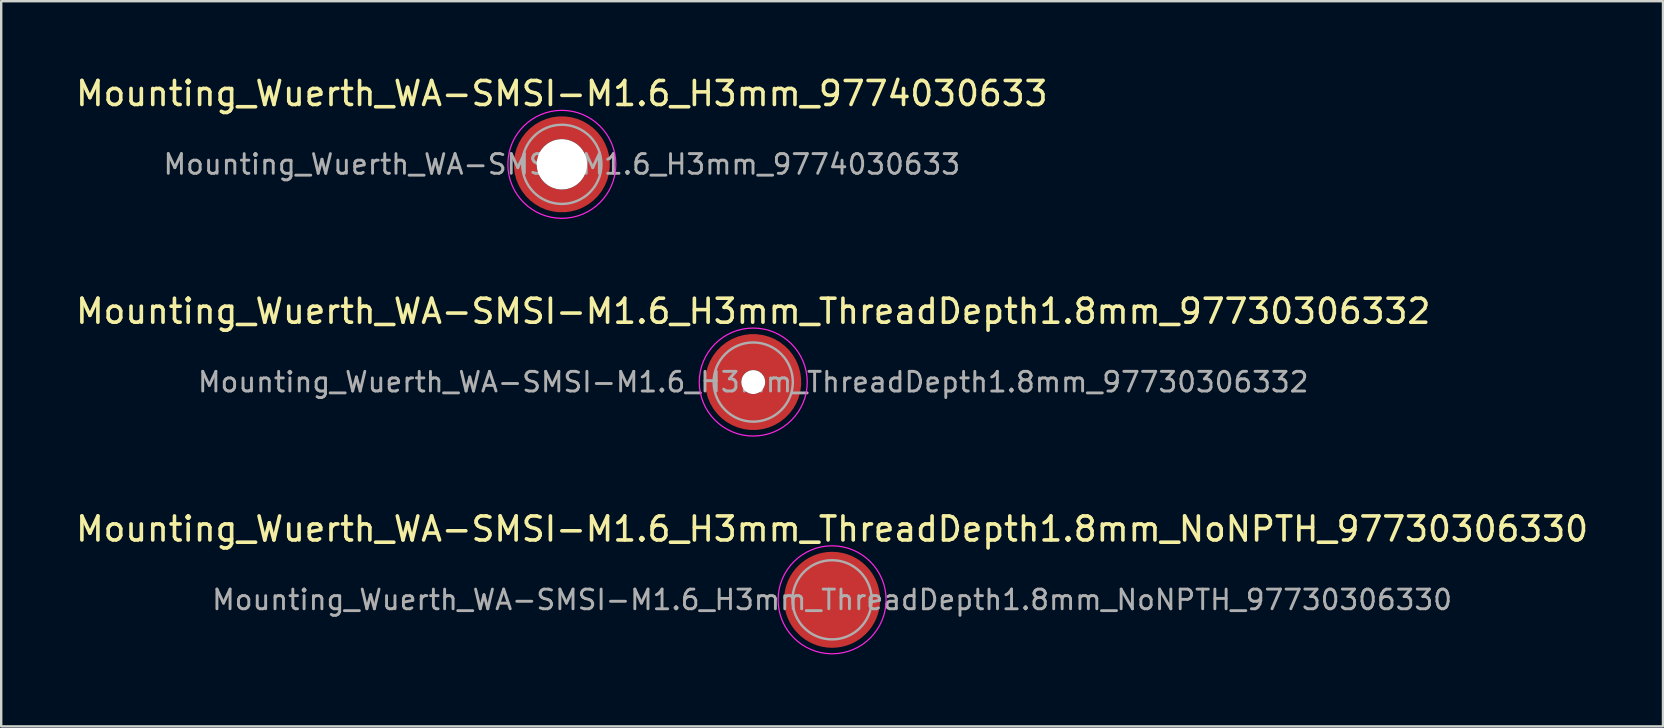
<source format=kicad_pcb>
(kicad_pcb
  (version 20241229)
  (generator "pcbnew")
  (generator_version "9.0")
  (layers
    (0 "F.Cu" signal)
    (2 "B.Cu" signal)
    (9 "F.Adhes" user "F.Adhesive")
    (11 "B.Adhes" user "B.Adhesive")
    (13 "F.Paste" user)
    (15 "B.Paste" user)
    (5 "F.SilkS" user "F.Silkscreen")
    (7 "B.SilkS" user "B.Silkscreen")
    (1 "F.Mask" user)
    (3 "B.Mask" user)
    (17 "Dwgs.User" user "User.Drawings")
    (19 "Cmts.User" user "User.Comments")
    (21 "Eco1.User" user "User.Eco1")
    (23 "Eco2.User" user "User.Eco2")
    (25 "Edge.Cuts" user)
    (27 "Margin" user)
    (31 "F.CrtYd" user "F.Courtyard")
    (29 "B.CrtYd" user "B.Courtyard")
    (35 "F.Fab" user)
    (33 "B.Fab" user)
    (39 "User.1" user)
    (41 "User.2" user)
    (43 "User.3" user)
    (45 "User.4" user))
  (footprint "Mounting_Wuerth_WA-SMSI-M1.6_H3mm_ThreadDepth1.8mm_NoNPTH_97730306330"
    (layer "F.Cu")
    (at 31.625 21.945)
    (property "Reference" "Mounting_Wuerth_WA-SMSI-M1.6_H3mm_ThreadDepth1.8mm_NoNPTH_97730306330" (at 0 -2.95 0) (layer "F.SilkS") (effects (font (size 1 1) (thickness 0.15))))
    (attr smd)
    (fp_circle (center 0 0) (end 2.25 0) (stroke (width 0.05) (type solid)) (fill no) (layer "F.CrtYd"))
    (fp_circle (center 0 0) (end 1.65 0) (stroke (width 0.1) (type solid)) (fill no) (layer "F.Fab"))
    (fp_text user "${REFERENCE}" (at 0 0 0) (layer "F.Fab") (effects (font (size 0.82 0.82) (thickness 0.12))))
    (pad "" smd custom (at -0.778 -0.778) (size 1.2 1.2) (layers "F.Paste") (options (anchor circle)) (primitives (gr_arc (start 0.465568 0.527817) (mid 0.494975 0.494974) (end 0.527818 0.465567) (width 0.2)) (gr_arc (start 0.344805 0.527817) (mid 0.424264 0.424264) (end 0.527818 0.344805) (width 0.2)) (gr_arc (start 0.232382 0.527817) (mid 0.353553 0.353553) (end 0.527817 0.232382) (width 0.2)) (gr_arc (start 0.123983 0.527817) (mid 0.282843 0.282842) (end 0.527818 0.123983) (width 0.2)) (gr_arc (start 0.017883 0.527817) (mid 0.212132 0.212132) (end 0.527817 0.017883) (width 0.2)) (gr_arc (start -0.086763 0.527817) (mid 0.141421 0.141421) (end 0.527817 -0.086763) (width 0.2)) (gr_arc (start -0.190428 0.527817) (mid 0.070711 0.070711) (end 0.527817 -0.190428) (width 0.2)) (gr_arc (start -0.293397 0.527817) (mid 0 0) (end 0.527817 -0.293397) (width 0.2)) (gr_arc (start -0.395852 0.527817) (mid -0.070711 -0.070711) (end 0.527817 -0.395852) (width 0.2)) (gr_arc (start -0.497918 0.527817) (mid -0.141422 -0.141422) (end 0.527817 -0.497918) (width 0.2)) (gr_arc (start -0.59968 0.527817) (mid -0.212132 -0.212132) (end 0.527817 -0.59968) (width 0.2)) (gr_arc (start -0.701202 0.527817) (mid -0.282843 -0.282843) (end 0.527817 -0.701202) (width 0.2)) (gr_arc (start -0.802531 0.527817) (mid -0.353554 -0.353554) (end 0.527817 -0.802531) (width 0.2)) (gr_arc (start -0.9037 0.527817) (mid -0.424264 -0.424264) (end 0.527817 -0.9037) (width 0.2)) (gr_arc (start -1.004737 0.527817) (mid -0.494975 -0.494975) (end 0.527817 -1.004737) (width 0.2)) (gr_line (start 0.528 0.466) (end 0.528 -1.005) (width 0.2)) (gr_line (start 0.466 0.528) (end -1.005 0.528) (width 0.2))))
    (pad "" smd custom (at -0.778 0.778) (size 1.2 1.2) (layers "F.Paste") (options (anchor circle)) (primitives (gr_arc (start 0.527817 -0.465568) (mid 0.494974 -0.494975) (end 0.465567 -0.527818) (width 0.2)) (gr_arc (start 0.527817 -0.344805) (mid 0.424264 -0.424264) (end 0.344805 -0.527818) (width 0.2)) (gr_arc (start 0.527817 -0.232382) (mid 0.353553 -0.353553) (end 0.232382 -0.527817) (width 0.2)) (gr_arc (start 0.527817 -0.123983) (mid 0.282842 -0.282843) (end 0.123983 -0.527818) (width 0.2)) (gr_arc (start 0.527817 -0.017883) (mid 0.212132 -0.212132) (end 0.017883 -0.527817) (width 0.2)) (gr_arc (start 0.527817 0.086763) (mid 0.141421 -0.141421) (end -0.086763 -0.527817) (width 0.2)) (gr_arc (start 0.527817 0.190428) (mid 0.070711 -0.070711) (end -0.190428 -0.527817) (width 0.2)) (gr_arc (start 0.527817 0.293397) (mid 0 0) (end -0.293397 -0.527817) (width 0.2)) (gr_arc (start 0.527817 0.395852) (mid -0.070711 0.070711) (end -0.395852 -0.527817) (width 0.2)) (gr_arc (start 0.527817 0.497918) (mid -0.141422 0.141422) (end -0.497918 -0.527817) (width 0.2)) (gr_arc (start 0.527817 0.59968) (mid -0.212132 0.212132) (end -0.59968 -0.527817) (width 0.2)) (gr_arc (start 0.527817 0.701202) (mid -0.282843 0.282843) (end -0.701202 -0.527817) (width 0.2)) (gr_arc (start 0.527817 0.802531) (mid -0.353554 0.353554) (end -0.802531 -0.527817) (width 0.2)) (gr_arc (start 0.527817 0.9037) (mid -0.424264 0.424264) (end -0.9037 -0.527817) (width 0.2)) (gr_arc (start 0.527817 1.004737) (mid -0.494975 0.494975) (end -1.004737 -0.527817) (width 0.2)) (gr_line (start 0.466 -0.528) (end -1.005 -0.528) (width 0.2)) (gr_line (start 0.528 -0.466) (end 0.528 1.005) (width 0.2))))
    (pad "" smd custom (at 0.778 -0.778) (size 1.2 1.2) (layers "F.Paste") (options (anchor circle)) (primitives (gr_arc (start -0.527817 0.465568) (mid -0.494974 0.494975) (end -0.465567 0.527818) (width 0.2)) (gr_arc (start -0.527817 0.344805) (mid -0.424264 0.424264) (end -0.344805 0.527818) (width 0.2)) (gr_arc (start -0.527817 0.232382) (mid -0.353553 0.353553) (end -0.232382 0.527817) (width 0.2)) (gr_arc (start -0.527817 0.123983) (mid -0.282842 0.282843) (end -0.123983 0.527818) (width 0.2)) (gr_arc (start -0.527817 0.017883) (mid -0.212132 0.212132) (end -0.017883 0.527817) (width 0.2)) (gr_arc (start -0.527817 -0.086763) (mid -0.141421 0.141421) (end 0.086763 0.527817) (width 0.2)) (gr_arc (start -0.527817 -0.190428) (mid -0.070711 0.070711) (end 0.190428 0.527817) (width 0.2)) (gr_arc (start -0.527817 -0.293397) (mid 0 0) (end 0.293397 0.527817) (width 0.2)) (gr_arc (start -0.527817 -0.395852) (mid 0.070711 -0.070711) (end 0.395852 0.527817) (width 0.2)) (gr_arc (start -0.527817 -0.497918) (mid 0.141422 -0.141422) (end 0.497918 0.527817) (width 0.2)) (gr_arc (start -0.527817 -0.59968) (mid 0.212132 -0.212132) (end 0.59968 0.527817) (width 0.2)) (gr_arc (start -0.527817 -0.701202) (mid 0.282843 -0.282843) (end 0.701202 0.527817) (width 0.2)) (gr_arc (start -0.527817 -0.802531) (mid 0.353554 -0.353554) (end 0.802531 0.527817) (width 0.2)) (gr_arc (start -0.527817 -0.9037) (mid 0.424264 -0.424264) (end 0.9037 0.527817) (width 0.2)) (gr_arc (start -0.527817 -1.004737) (mid 0.494975 -0.494975) (end 1.004737 0.527817) (width 0.2)) (gr_line (start -0.466 0.528) (end 1.005 0.528) (width 0.2)) (gr_line (start -0.528 0.466) (end -0.528 -1.005) (width 0.2))))
    (pad "" smd custom (at 0.778 0.778) (size 1.2 1.2) (layers "F.Paste") (options (anchor circle)) (primitives (gr_arc (start -0.465568 -0.527817) (mid -0.494975 -0.494974) (end -0.527818 -0.465567) (width 0.2)) (gr_arc (start -0.344805 -0.527817) (mid -0.424264 -0.424264) (end -0.527818 -0.344805) (width 0.2)) (gr_arc (start -0.232382 -0.527817) (mid -0.353553 -0.353553) (end -0.527817 -0.232382) (width 0.2)) (gr_arc (start -0.123983 -0.527817) (mid -0.282843 -0.282842) (end -0.527818 -0.123983) (width 0.2)) (gr_arc (start -0.017883 -0.527817) (mid -0.212132 -0.212132) (end -0.527817 -0.017883) (width 0.2)) (gr_arc (start 0.086763 -0.527817) (mid -0.141421 -0.141421) (end -0.527817 0.086763) (width 0.2)) (gr_arc (start 0.190428 -0.527817) (mid -0.070711 -0.070711) (end -0.527817 0.190428) (width 0.2)) (gr_arc (start 0.293397 -0.527817) (mid 0 0) (end -0.527817 0.293397) (width 0.2)) (gr_arc (start 0.395852 -0.527817) (mid 0.070711 0.070711) (end -0.527817 0.395852) (width 0.2)) (gr_arc (start 0.497918 -0.527817) (mid 0.141422 0.141422) (end -0.527817 0.497918) (width 0.2)) (gr_arc (start 0.59968 -0.527817) (mid 0.212132 0.212132) (end -0.527817 0.59968) (width 0.2)) (gr_arc (start 0.701202 -0.527817) (mid 0.282843 0.282843) (end -0.527817 0.701202) (width 0.2)) (gr_arc (start 0.802531 -0.527817) (mid 0.353554 0.353554) (end -0.527817 0.802531) (width 0.2)) (gr_arc (start 0.9037 -0.527817) (mid 0.424264 0.424264) (end -0.527817 0.9037) (width 0.2)) (gr_arc (start 1.004737 -0.527817) (mid 0.494975 0.494975) (end -0.527817 1.004737) (width 0.2)) (gr_line (start -0.528 -0.466) (end -0.528 1.005) (width 0.2)) (gr_line (start -0.466 -0.528) (end 1.005 -0.528) (width 0.2))))
    (pad "1" smd circle (at 0 0) (size 4 4) (layers "F.Cu" "F.Mask")))
  (footprint "Mounting_Wuerth_WA-SMSI-M1.6_H3mm_ThreadDepth1.8mm_97730306332"
    (layer "F.Cu")
    (at 28.339 12.871)
    (property "Reference" "Mounting_Wuerth_WA-SMSI-M1.6_H3mm_ThreadDepth1.8mm_97730306332" (at 0 -2.95 0) (layer "F.SilkS") (effects (font (size 1 1) (thickness 0.15))))
    (attr smd)
    (fp_circle (center 0 0) (end 2.25 0) (stroke (width 0.05) (type solid)) (fill no) (layer "F.CrtYd"))
    (fp_circle (center 0 0) (end 1.65 0) (stroke (width 0.1) (type solid)) (fill no) (layer "F.Fab"))
    (fp_text user "${REFERENCE}" (at 0 0 0) (layer "F.Fab") (effects (font (size 0.82 0.82) (thickness 0.12))))
    (pad "" smd custom (at 0 -1.25) (size 0.9 0.9) (layers "F.Paste") (options (anchor circle)) (primitives (gr_arc (start -0.259808 0.6) (mid 0 0.55) (end 0.259807 0.6) (width 0.2)) (gr_arc (start -0.466369 0.6) (mid 0 0.45) (end 0.466369 0.6) (width 0.2)) (gr_arc (start -0.622495 0.6) (mid 0 0.35) (end 0.622495 0.6) (width 0.2)) (gr_arc (start -0.759934 0.6) (mid 0 0.25) (end 0.759934 0.6) (width 0.2)) (gr_arc (start -0.887412 0.6) (mid 0 0.15) (end 0.887412 0.6) (width 0.2)) (gr_arc (start -1.008712 0.6) (mid 0 0.05) (end 1.008712 0.6) (width 0.2)) (gr_arc (start -1.125833 0.6) (mid 0 -0.05) (end 1.125833 0.6) (width 0.2)) (gr_arc (start -1.23996 0.6) (mid 0 -0.15) (end 1.23996 0.6) (width 0.2)) (gr_arc (start -1.351851 0.6) (mid 0 -0.25) (end 1.351851 0.6) (width 0.2)) (gr_arc (start -1.462019 0.6) (mid 0 -0.35) (end 1.462019 0.6) (width 0.2)) (gr_arc (start -1.570828 0.6) (mid 0 -0.45) (end 1.570828 0.6) (width 0.2)) (gr_arc (start -1.678541 0.6) (mid 0 -0.55) (end 1.678541 0.6) (width 0.2)) (gr_line (start 0.26 0.6) (end 1.679 0.6) (width 0.2)) (gr_line (start -0.26 0.6) (end -1.679 0.6) (width 0.2))))
    (pad "" np_thru_hole circle (at 0 0) (size 1 1) (drill 1) (layers "*.Cu" "*.Mask"))
    (pad "" smd custom (at 0 1.25) (size 0.9 0.9) (layers "F.Paste") (options (anchor circle)) (primitives (gr_arc (start 0.259808 -0.6) (mid 0 -0.55) (end -0.259807 -0.6) (width 0.2)) (gr_arc (start 0.466369 -0.6) (mid 0 -0.45) (end -0.466369 -0.6) (width 0.2)) (gr_arc (start 0.622495 -0.6) (mid 0 -0.35) (end -0.622495 -0.6) (width 0.2)) (gr_arc (start 0.759934 -0.6) (mid 0 -0.25) (end -0.759934 -0.6) (width 0.2)) (gr_arc (start 0.887412 -0.6) (mid 0 -0.15) (end -0.887412 -0.6) (width 0.2)) (gr_arc (start 1.008712 -0.6) (mid 0 -0.05) (end -1.008712 -0.6) (width 0.2)) (gr_arc (start 1.125833 -0.6) (mid 0 0.05) (end -1.125833 -0.6) (width 0.2)) (gr_arc (start 1.23996 -0.6) (mid 0 0.15) (end -1.23996 -0.6) (width 0.2)) (gr_arc (start 1.351851 -0.6) (mid 0 0.25) (end -1.351851 -0.6) (width 0.2)) (gr_arc (start 1.462019 -0.6) (mid 0 0.35) (end -1.462019 -0.6) (width 0.2)) (gr_arc (start 1.570828 -0.6) (mid 0 0.45) (end -1.570828 -0.6) (width 0.2)) (gr_arc (start 1.678541 -0.6) (mid 0 0.55) (end -1.678541 -0.6) (width 0.2)) (gr_line (start -0.26 -0.6) (end -1.679 -0.6) (width 0.2)) (gr_line (start 0.26 -0.6) (end 1.679 -0.6) (width 0.2))))
    (pad "1" smd circle (at -1.25 0) (size 1.1 1.1) (layers "F.Cu"))
    (pad "1" smd circle (at 0 -1.25) (size 1.1 1.1) (layers "F.Cu"))
    (pad "1" smd circle (at 0 1.25) (size 1.1 1.1) (layers "F.Cu"))
    (pad "1" smd custom (at 1.25 0) (size 1.1 1.1) (layers "F.Cu" "F.Mask") (options (anchor circle)) (primitives (gr_circle (center -1.25 0) (end 0 0) (width 1.5) (fill no)))))
  (footprint "Mounting_Wuerth_WA-SMSI-M1.6_H3mm_9774030633"
    (layer "F.Cu")
    (at 20.363 3.798)
    (property "Reference" "Mounting_Wuerth_WA-SMSI-M1.6_H3mm_9774030633" (at 0 -2.95 0) (layer "F.SilkS") (effects (font (size 1 1) (thickness 0.15))))
    (attr smd)
    (fp_circle (center 0 0) (end 2.25 0) (stroke (width 0.05) (type solid)) (fill no) (layer "F.CrtYd"))
    (fp_circle (center 0 0) (end 1.65 0) (stroke (width 0.1) (type solid)) (fill no) (layer "F.Fab"))
    (fp_text user "${REFERENCE}" (at 0 0 0) (layer "F.Fab") (effects (font (size 0.82 0.82) (thickness 0.12))))
    (pad "" smd custom (at -1.061 -1.061) (size 0.4 0.4) (layers "F.Paste") (options (anchor circle)) (primitives (gr_arc (start -0.101235 0.76066) (mid 0.212132 0.212132) (end 0.76066 -0.101235) (width 0.2)) (gr_arc (start -0.204251 0.76066) (mid 0.141421 0.141421) (end 0.76066 -0.204251) (width 0.2)) (gr_arc (start -0.306819 0.76066) (mid 0.070711 0.070711) (end 0.76066 -0.306819) (width 0.2)) (gr_arc (start -0.409034 0.76066) (mid 0 0) (end 0.76066 -0.409034) (width 0.2)) (gr_arc (start -0.510963 0.76066) (mid -0.070711 -0.070711) (end 0.76066 -0.510963) (width 0.2)) (gr_arc (start -0.61266 0.76066) (mid -0.141421 -0.141421) (end 0.76066 -0.61266) (width 0.2)) (gr_arc (start -0.714164 0.76066) (mid -0.212132 -0.212132) (end 0.76066 -0.714164) (width 0.2)) (gr_line (start 0.761 -0.101) (end 0.761 -0.714) (width 0.2)) (gr_line (start -0.101 0.761) (end -0.714 0.761) (width 0.2))))
    (pad "" smd custom (at -1.061 1.061) (size 0.4 0.4) (layers "F.Paste") (options (anchor circle)) (primitives (gr_arc (start 0.76066 0.101235) (mid 0.212132 -0.212132) (end -0.101235 -0.76066) (width 0.2)) (gr_arc (start 0.76066 0.204251) (mid 0.141421 -0.141421) (end -0.204251 -0.76066) (width 0.2)) (gr_arc (start 0.76066 0.306819) (mid 0.070711 -0.070711) (end -0.306819 -0.76066) (width 0.2)) (gr_arc (start 0.76066 0.409034) (mid 0 0) (end -0.409034 -0.76066) (width 0.2)) (gr_arc (start 0.76066 0.510963) (mid -0.070711 0.070711) (end -0.510963 -0.76066) (width 0.2)) (gr_arc (start 0.76066 0.61266) (mid -0.141421 0.141421) (end -0.61266 -0.76066) (width 0.2)) (gr_arc (start 0.76066 0.714164) (mid -0.212132 0.212132) (end -0.714164 -0.76066) (width 0.2)) (gr_line (start -0.101 -0.761) (end -0.714 -0.761) (width 0.2)) (gr_line (start 0.761 0.101) (end 0.761 0.714) (width 0.2))))
    (pad "" np_thru_hole circle (at 0 0) (size 2.1 2.1) (drill 2.1) (layers "*.Cu" "*.Mask"))
    (pad "" smd custom (at 1.061 -1.061) (size 0.4 0.4) (layers "F.Paste") (options (anchor circle)) (primitives (gr_arc (start -0.76066 -0.101235) (mid -0.212132 0.212132) (end 0.101235 0.76066) (width 0.2)) (gr_arc (start -0.76066 -0.204251) (mid -0.141421 0.141421) (end 0.204251 0.76066) (width 0.2)) (gr_arc (start -0.76066 -0.306819) (mid -0.070711 0.070711) (end 0.306819 0.76066) (width 0.2)) (gr_arc (start -0.76066 -0.409034) (mid 0 0) (end 0.409034 0.76066) (width 0.2)) (gr_arc (start -0.76066 -0.510963) (mid 0.070711 -0.070711) (end 0.510963 0.76066) (width 0.2)) (gr_arc (start -0.76066 -0.61266) (mid 0.141421 -0.141421) (end 0.61266 0.76066) (width 0.2)) (gr_arc (start -0.76066 -0.714164) (mid 0.212132 -0.212132) (end 0.714164 0.76066) (width 0.2)) (gr_line (start 0.101 0.761) (end 0.714 0.761) (width 0.2)) (gr_line (start -0.761 -0.101) (end -0.761 -0.714) (width 0.2))))
    (pad "" smd custom (at 1.061 1.061) (size 0.4 0.4) (layers "F.Paste") (options (anchor circle)) (primitives (gr_arc (start 0.101235 -0.76066) (mid -0.212132 -0.212132) (end -0.76066 0.101235) (width 0.2)) (gr_arc (start 0.204251 -0.76066) (mid -0.141421 -0.141421) (end -0.76066 0.204251) (width 0.2)) (gr_arc (start 0.306819 -0.76066) (mid -0.070711 -0.070711) (end -0.76066 0.306819) (width 0.2)) (gr_arc (start 0.409034 -0.76066) (mid 0 0) (end -0.76066 0.409034) (width 0.2)) (gr_arc (start 0.510963 -0.76066) (mid 0.070711 0.070711) (end -0.76066 0.510963) (width 0.2)) (gr_arc (start 0.61266 -0.76066) (mid 0.141421 0.141421) (end -0.76066 0.61266) (width 0.2)) (gr_arc (start 0.714164 -0.76066) (mid 0.212132 0.212132) (end -0.76066 0.714164) (width 0.2)) (gr_line (start -0.761 0.101) (end -0.761 0.714) (width 0.2)) (gr_line (start 0.101 -0.761) (end 0.714 -0.761) (width 0.2))))
    (pad "1" smd circle (at -1.525 0) (size 0.55 0.55) (layers "F.Cu"))
    (pad "1" smd circle (at 0 -1.525) (size 0.55 0.55) (layers "F.Cu"))
    (pad "1" smd circle (at 0 1.525) (size 0.55 0.55) (layers "F.Cu"))
    (pad "1" smd custom (at 1.525 0) (size 0.55 0.55) (layers "F.Cu" "F.Mask") (options (anchor circle)) (primitives (gr_circle (center -1.525 0) (end 0 0) (width 0.95) (fill no)))))
  (gr_rect
    (start -3 -3)
    (end 66.25 27.22)
    (stroke (width 0.1) (type default))
    (fill no)
    (layer "Edge.Cuts")))
</source>
